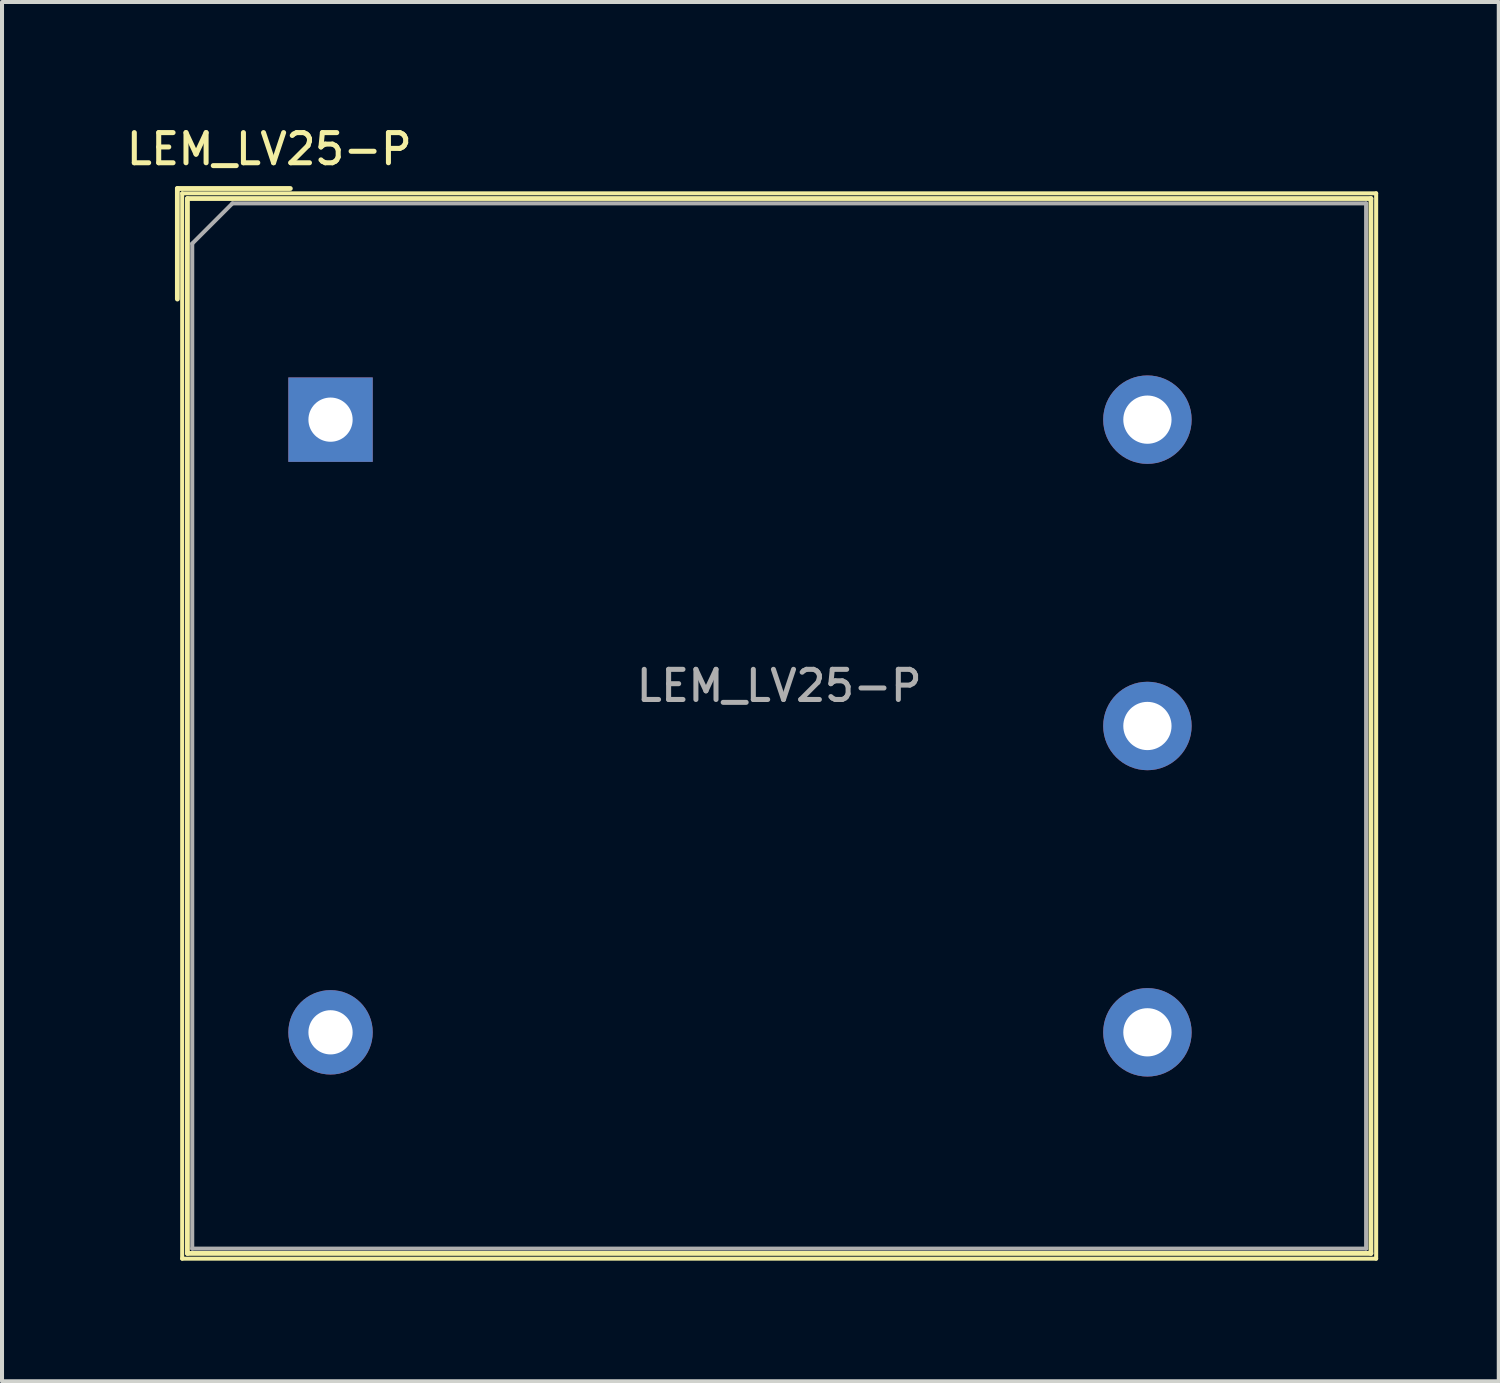
<source format=kicad_pcb>
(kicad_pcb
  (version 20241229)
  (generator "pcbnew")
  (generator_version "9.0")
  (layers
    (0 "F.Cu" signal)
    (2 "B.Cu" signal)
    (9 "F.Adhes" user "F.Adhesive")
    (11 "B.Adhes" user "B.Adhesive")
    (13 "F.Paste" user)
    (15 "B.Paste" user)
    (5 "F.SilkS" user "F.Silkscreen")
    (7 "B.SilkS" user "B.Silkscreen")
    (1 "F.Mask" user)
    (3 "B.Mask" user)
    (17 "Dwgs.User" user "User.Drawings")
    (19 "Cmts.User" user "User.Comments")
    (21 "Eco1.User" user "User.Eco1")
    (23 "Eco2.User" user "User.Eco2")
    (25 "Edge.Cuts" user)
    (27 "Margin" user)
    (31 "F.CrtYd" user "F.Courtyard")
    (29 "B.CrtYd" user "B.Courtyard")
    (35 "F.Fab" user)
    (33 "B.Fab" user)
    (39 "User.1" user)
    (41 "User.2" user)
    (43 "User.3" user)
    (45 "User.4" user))
  (footprint "LEM_LV25-P"
    (layer "F.Cu")
    (at 5.172 7.389)
    (property "Reference" "LEM_LV25-P" (at -1.524 -6.731 180) (layer "F.SilkS") (effects (font (size 0.75 0.75) (thickness 0.125))))
    (attr through_hole)
    (fp_line (start -3.81 -5.75) (end -3.81 -3) (stroke (width 0.12) (type solid)) (layer "F.SilkS"))
    (fp_line (start -3.81 -5.75) (end -1 -5.75) (stroke (width 0.12) (type solid)) (layer "F.SilkS"))
    (fp_line (start -3.69 20.87) (end -3.69 -5.63) (stroke (width 0.1) (type solid)) (layer "F.SilkS"))
    (fp_line (start -3.69 20.87) (end 26.01 20.87) (stroke (width 0.1) (type solid)) (layer "F.SilkS"))
    (fp_line (start -3.56 -5.5) (end 25.88 -5.5) (stroke (width 0.12) (type solid)) (layer "F.SilkS"))
    (fp_line (start -3.56 20.74) (end -3.56 -5.5) (stroke (width 0.12) (type solid)) (layer "F.SilkS"))
    (fp_line (start 25.88 -5.5) (end 25.88 20.74) (stroke (width 0.12) (type solid)) (layer "F.SilkS"))
    (fp_line (start 25.88 20.74) (end -3.56 20.74) (stroke (width 0.12) (type solid)) (layer "F.SilkS"))
    (fp_line (start 26.01 -5.63) (end -3.69 -5.63) (stroke (width 0.1) (type solid)) (layer "F.SilkS"))
    (fp_line (start 26.01 -5.63) (end 26.01 20.87) (stroke (width 0.1) (type solid)) (layer "F.SilkS"))
    (fp_line (start -3.44 -4.38) (end -2.44 -5.38) (stroke (width 0.1) (type solid)) (layer "F.Fab"))
    (fp_line (start -3.44 20.62) (end -3.44 -4.38) (stroke (width 0.1) (type solid)) (layer "F.Fab"))
    (fp_line (start -2.44 -5.38) (end 25.76 -5.38) (stroke (width 0.1) (type solid)) (layer "F.Fab"))
    (fp_line (start 25.76 -5.38) (end 25.76 20.62) (stroke (width 0.1) (type solid)) (layer "F.Fab"))
    (fp_line (start 25.76 20.62) (end -3.44 20.62) (stroke (width 0.1) (type solid)) (layer "F.Fab"))
    (fp_text user "${REFERENCE}" (at 11.16 6.62 180) (layer "F.Fab") (effects (font (size 0.75 0.75) (thickness 0.125))))
    (pad "1" thru_hole rect (at 0 0) (size 2.1 2.1) (drill 1.1) (layers "*.Cu" "*.Mask"))
    (pad "3" thru_hole circle (at 0 15.24) (size 2.1 2.1) (drill 1.1) (layers "*.Cu" "*.Mask"))
    (pad "4" thru_hole circle (at 20.32 15.24) (size 2.2 2.2) (drill 1.2) (layers "*.Cu" "*.Mask"))
    (pad "5" thru_hole circle (at 20.32 7.62) (size 2.2 2.2) (drill 1.2) (layers "*.Cu" "*.Mask"))
    (pad "6" thru_hole circle (at 20.32 0) (size 2.2 2.2) (drill 1.2) (layers "*.Cu" "*.Mask")))
  (gr_rect
    (start -3 -3)
    (end 34.232 31.309)
    (stroke (width 0.1) (type default))
    (fill no)
    (layer "Edge.Cuts")))
</source>
